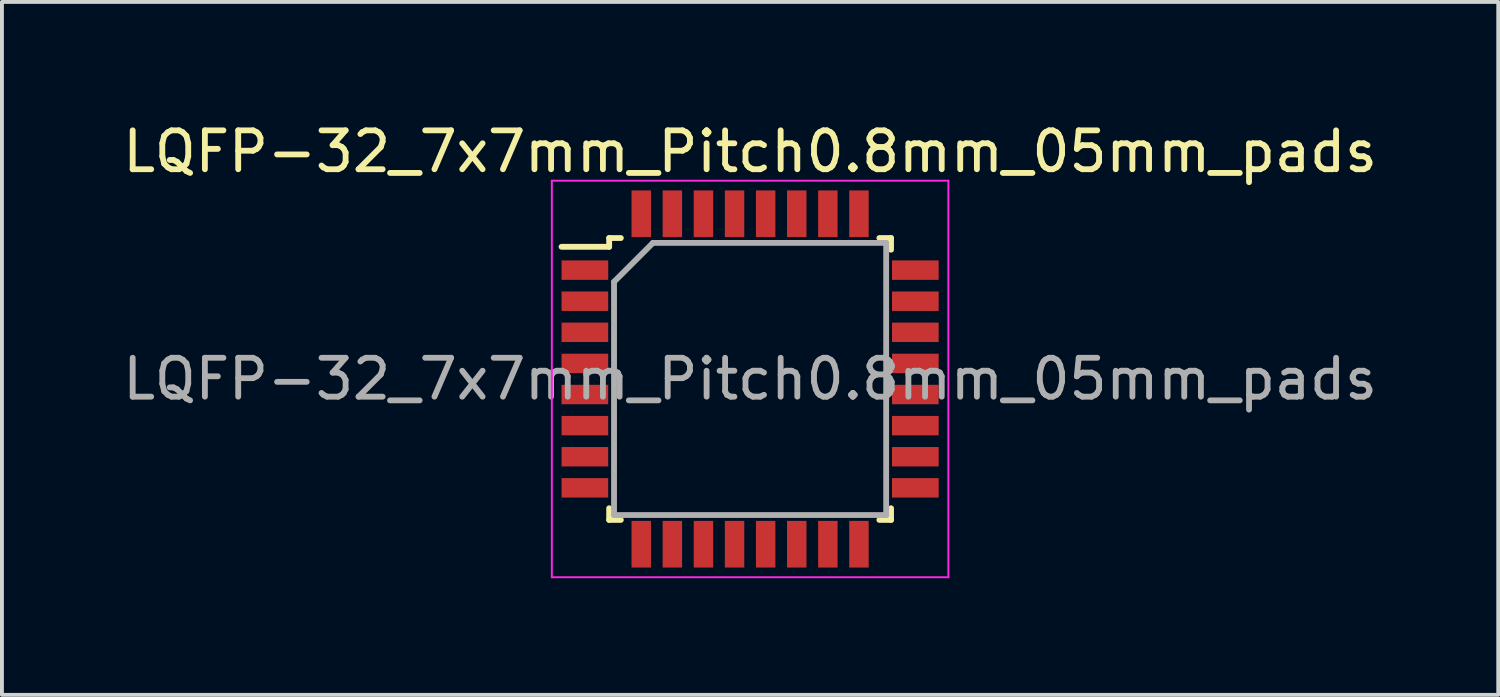
<source format=kicad_pcb>
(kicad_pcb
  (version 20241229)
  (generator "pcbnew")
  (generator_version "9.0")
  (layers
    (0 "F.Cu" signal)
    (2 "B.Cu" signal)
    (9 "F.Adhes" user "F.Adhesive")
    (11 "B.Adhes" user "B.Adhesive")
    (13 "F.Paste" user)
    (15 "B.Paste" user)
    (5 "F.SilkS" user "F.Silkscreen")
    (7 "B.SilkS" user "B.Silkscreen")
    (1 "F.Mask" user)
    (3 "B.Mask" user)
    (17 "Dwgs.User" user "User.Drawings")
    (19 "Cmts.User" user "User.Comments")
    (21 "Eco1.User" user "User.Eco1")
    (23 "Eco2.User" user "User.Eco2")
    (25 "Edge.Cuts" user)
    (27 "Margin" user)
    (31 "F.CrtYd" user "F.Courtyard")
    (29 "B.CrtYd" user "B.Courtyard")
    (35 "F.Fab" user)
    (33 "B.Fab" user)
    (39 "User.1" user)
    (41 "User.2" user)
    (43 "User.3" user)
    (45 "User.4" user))
  (footprint "LQFP-32_7x7mm_Pitch0.8mm_05mm_pads"
    (layer "F.Cu")
    (at 16.244 6.698)
    (property "Reference" "LQFP-32_7x7mm_Pitch0.8mm_05mm_pads" (at 0 -5.85 0) (layer "F.SilkS") (effects (font (size 1 1) (thickness 0.15))))
    (attr smd)
    (fp_line (start -3.625 -3.625) (end -3.625 -3.4) (stroke (width 0.15) (type solid)) (layer "F.SilkS"))
    (fp_line (start -3.625 -3.625) (end -3.325 -3.625) (stroke (width 0.15) (type solid)) (layer "F.SilkS"))
    (fp_line (start -3.625 -3.4) (end -4.85 -3.4) (stroke (width 0.15) (type solid)) (layer "F.SilkS"))
    (fp_line (start -3.625 3.625) (end -3.625 3.325) (stroke (width 0.15) (type solid)) (layer "F.SilkS"))
    (fp_line (start -3.625 3.625) (end -3.325 3.625) (stroke (width 0.15) (type solid)) (layer "F.SilkS"))
    (fp_line (start 3.625 -3.625) (end 3.325 -3.625) (stroke (width 0.15) (type solid)) (layer "F.SilkS"))
    (fp_line (start 3.625 -3.625) (end 3.625 -3.325) (stroke (width 0.15) (type solid)) (layer "F.SilkS"))
    (fp_line (start 3.625 3.625) (end 3.325 3.625) (stroke (width 0.15) (type solid)) (layer "F.SilkS"))
    (fp_line (start 3.625 3.625) (end 3.625 3.325) (stroke (width 0.15) (type solid)) (layer "F.SilkS"))
    (fp_line (start -5.1 -5.1) (end -5.1 5.1) (stroke (width 0.05) (type solid)) (layer "F.CrtYd"))
    (fp_line (start -5.1 -5.1) (end 5.1 -5.1) (stroke (width 0.05) (type solid)) (layer "F.CrtYd"))
    (fp_line (start -5.1 5.1) (end 5.1 5.1) (stroke (width 0.05) (type solid)) (layer "F.CrtYd"))
    (fp_line (start 5.1 -5.1) (end 5.1 5.1) (stroke (width 0.05) (type solid)) (layer "F.CrtYd"))
    (fp_line (start -3.5 -2.5) (end -2.5 -3.5) (stroke (width 0.15) (type solid)) (layer "F.Fab"))
    (fp_line (start -3.5 3.5) (end -3.5 -2.5) (stroke (width 0.15) (type solid)) (layer "F.Fab"))
    (fp_line (start -2.5 -3.5) (end 3.5 -3.5) (stroke (width 0.15) (type solid)) (layer "F.Fab"))
    (fp_line (start 3.5 -3.5) (end 3.5 3.5) (stroke (width 0.15) (type solid)) (layer "F.Fab"))
    (fp_line (start 3.5 3.5) (end -3.5 3.5) (stroke (width 0.15) (type solid)) (layer "F.Fab"))
    (fp_text user "${REFERENCE}" (at 0 0 0) (layer "F.Fab") (effects (font (size 1 1) (thickness 0.15))))
    (pad "1" smd rect (at -4.25 -2.8) (size 1.2 0.5) (layers "F.Cu" "F.Mask" "F.Paste"))
    (pad "2" smd rect (at -4.25 -2) (size 1.2 0.5) (layers "F.Cu" "F.Mask" "F.Paste"))
    (pad "3" smd rect (at -4.25 -1.2) (size 1.2 0.5) (layers "F.Cu" "F.Mask" "F.Paste"))
    (pad "4" smd rect (at -4.25 -0.4) (size 1.2 0.5) (layers "F.Cu" "F.Mask" "F.Paste"))
    (pad "5" smd rect (at -4.25 0.4) (size 1.2 0.5) (layers "F.Cu" "F.Mask" "F.Paste"))
    (pad "6" smd rect (at -4.25 1.2) (size 1.2 0.5) (layers "F.Cu" "F.Mask" "F.Paste"))
    (pad "7" smd rect (at -4.25 2) (size 1.2 0.5) (layers "F.Cu" "F.Mask" "F.Paste"))
    (pad "8" smd rect (at -4.25 2.8) (size 1.2 0.5) (layers "F.Cu" "F.Mask" "F.Paste"))
    (pad "9" smd rect (at -2.8 4.25 90) (size 1.2 0.5) (layers "F.Cu" "F.Mask" "F.Paste"))
    (pad "10" smd rect (at -2 4.25 90) (size 1.2 0.5) (layers "F.Cu" "F.Mask" "F.Paste"))
    (pad "11" smd rect (at -1.2 4.25 90) (size 1.2 0.5) (layers "F.Cu" "F.Mask" "F.Paste"))
    (pad "12" smd rect (at -0.4 4.25 90) (size 1.2 0.5) (layers "F.Cu" "F.Mask" "F.Paste"))
    (pad "13" smd rect (at 0.4 4.25 90) (size 1.2 0.5) (layers "F.Cu" "F.Mask" "F.Paste"))
    (pad "14" smd rect (at 1.2 4.25 90) (size 1.2 0.5) (layers "F.Cu" "F.Mask" "F.Paste"))
    (pad "15" smd rect (at 2 4.25 90) (size 1.2 0.5) (layers "F.Cu" "F.Mask" "F.Paste"))
    (pad "16" smd rect (at 2.8 4.25 90) (size 1.2 0.5) (layers "F.Cu" "F.Mask" "F.Paste"))
    (pad "17" smd rect (at 4.25 2.8) (size 1.2 0.5) (layers "F.Cu" "F.Mask" "F.Paste"))
    (pad "18" smd rect (at 4.25 2) (size 1.2 0.5) (layers "F.Cu" "F.Mask" "F.Paste"))
    (pad "19" smd rect (at 4.25 1.2) (size 1.2 0.5) (layers "F.Cu" "F.Mask" "F.Paste"))
    (pad "20" smd rect (at 4.25 0.4) (size 1.2 0.5) (layers "F.Cu" "F.Mask" "F.Paste"))
    (pad "21" smd rect (at 4.25 -0.4) (size 1.2 0.5) (layers "F.Cu" "F.Mask" "F.Paste"))
    (pad "22" smd rect (at 4.25 -1.2) (size 1.2 0.5) (layers "F.Cu" "F.Mask" "F.Paste"))
    (pad "23" smd rect (at 4.25 -2) (size 1.2 0.5) (layers "F.Cu" "F.Mask" "F.Paste"))
    (pad "24" smd rect (at 4.25 -2.8) (size 1.2 0.5) (layers "F.Cu" "F.Mask" "F.Paste"))
    (pad "25" smd rect (at 2.8 -4.25 90) (size 1.2 0.5) (layers "F.Cu" "F.Mask" "F.Paste"))
    (pad "26" smd rect (at 2 -4.25 90) (size 1.2 0.5) (layers "F.Cu" "F.Mask" "F.Paste"))
    (pad "27" smd rect (at 1.2 -4.25 90) (size 1.2 0.5) (layers "F.Cu" "F.Mask" "F.Paste"))
    (pad "28" smd rect (at 0.4 -4.25 90) (size 1.2 0.5) (layers "F.Cu" "F.Mask" "F.Paste"))
    (pad "29" smd rect (at -0.4 -4.25 90) (size 1.2 0.5) (layers "F.Cu" "F.Mask" "F.Paste"))
    (pad "30" smd rect (at -1.2 -4.25 90) (size 1.2 0.5) (layers "F.Cu" "F.Mask" "F.Paste"))
    (pad "31" smd rect (at -2 -4.25 90) (size 1.2 0.5) (layers "F.Cu" "F.Mask" "F.Paste"))
    (pad "32" smd rect (at -2.8 -4.25 90) (size 1.2 0.5) (layers "F.Cu" "F.Mask" "F.Paste")))
  (gr_rect
    (start -3 -3)
    (end 35.488 14.823)
    (stroke (width 0.1) (type default))
    (fill no)
    (layer "Edge.Cuts")))
</source>
